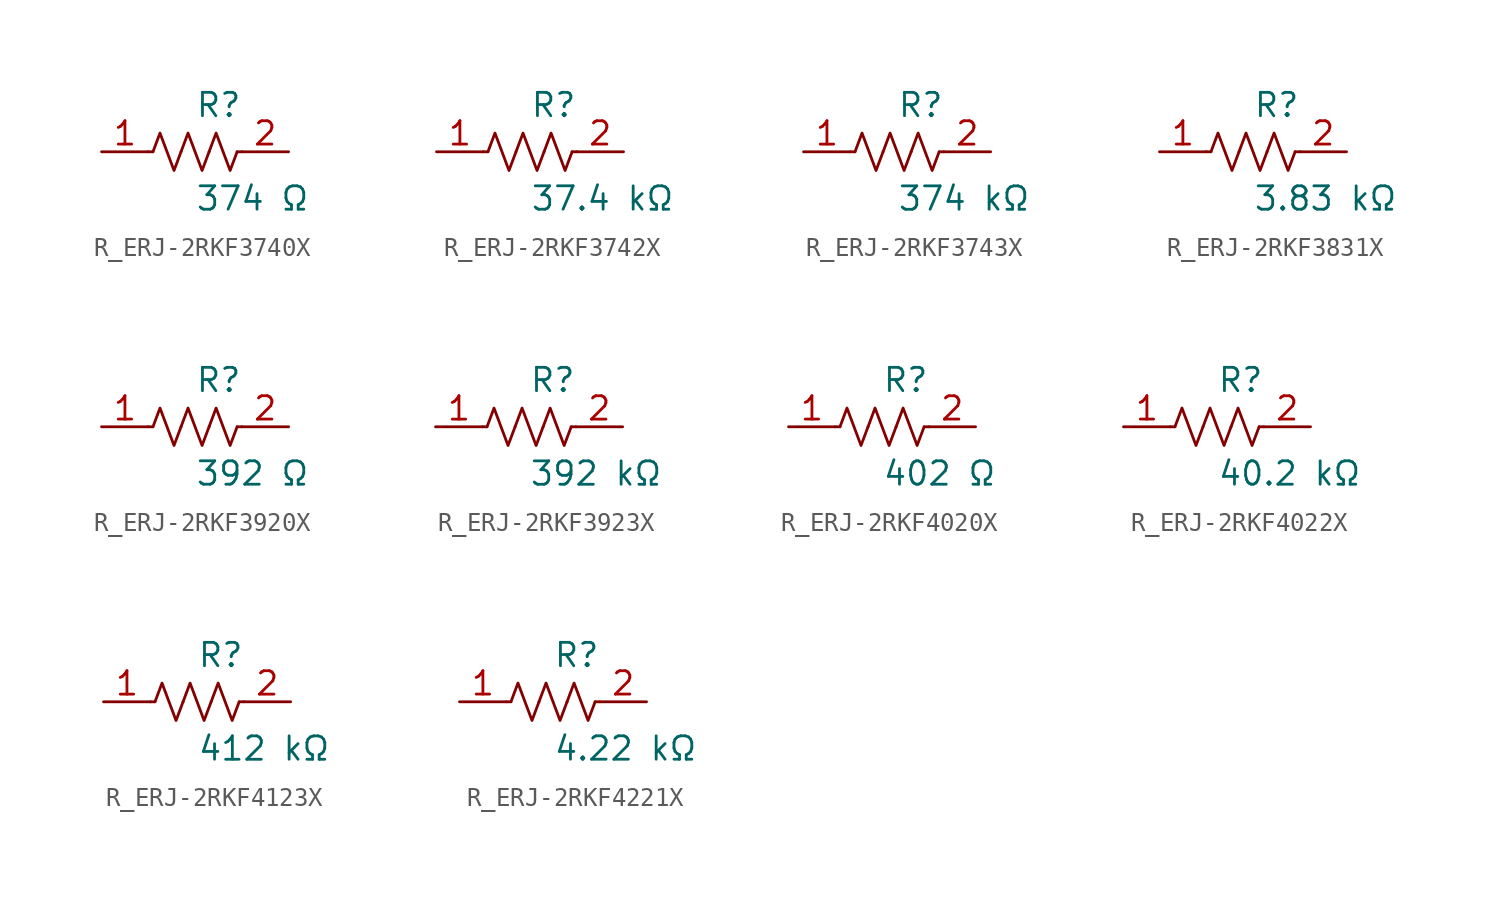
<source format=kicad_sym>
(kicad_symbol_lib
  (version 20231120)
  (generator kicad_symbol_editor)
  (generator_version 8.0)
  (symbol "R_ERJ-2RKF3740X"
    (pin_names
      (offset 0.254))
    (property "Reference" "R"
      (at 0.0 2.54 0)
      (effects (font (size 1.27 1.27)) (justify left)))
    (property "Value" "374 Ω"
      (at 0.0 -2.54 0)
      (effects (font (size 1.27 1.27)) (justify left)))
    (symbol "R_ERJ-2RKF3740X_0_1"
      (polyline (pts (xy 2.286 0) (xy 2.54 0)) (stroke (width 0) (type default)) (fill (type none)))
      (polyline (pts (xy -2.286 0) (xy -2.54 0)) (stroke (width 0) (type default)) (fill (type none)))
      (polyline (pts (xy 0.762 0) (xy 1.143 1.016) (xy 1.524 0) (xy 1.905 -1.016) (xy 2.286 0)) (stroke (width 0) (type default)) (fill (type none)))
      (polyline (pts (xy -0.762 0) (xy -0.381 1.016) (xy 0 0) (xy 0.381 -1.016) (xy 0.762 0)) (stroke (width 0) (type default)) (fill (type none)))
      (polyline (pts (xy -2.286 0) (xy -1.905 1.016) (xy -1.524 0) (xy -1.143 -1.016) (xy -0.762 0)) (stroke (width 0) (type default)) (fill (type none))))
    (pin unspecified line
      (at -5.08 0 0)
      (length 2.54)
      (name "" (effects (font (size 1.27 1.27))))
      (number "1" (effects (font (size 1.27 1.27)))))
    (pin unspecified line
      (at 5.08 0 180)
      (length 2.54)
      (name "" (effects (font (size 1.27 1.27))))
      (number "2" (effects (font (size 1.27 1.27))))))
  (symbol "R_ERJ-2RKF3742X"
    (pin_names
      (offset 0.254))
    (property "Reference" "R"
      (at 0.0 2.54 0)
      (effects (font (size 1.27 1.27)) (justify left)))
    (property "Value" "37.4 kΩ"
      (at 0.0 -2.54 0)
      (effects (font (size 1.27 1.27)) (justify left)))
    (symbol "R_ERJ-2RKF3742X_0_1"
      (polyline (pts (xy 2.286 0) (xy 2.54 0)) (stroke (width 0) (type default)) (fill (type none)))
      (polyline (pts (xy -2.286 0) (xy -2.54 0)) (stroke (width 0) (type default)) (fill (type none)))
      (polyline (pts (xy 0.762 0) (xy 1.143 1.016) (xy 1.524 0) (xy 1.905 -1.016) (xy 2.286 0)) (stroke (width 0) (type default)) (fill (type none)))
      (polyline (pts (xy -0.762 0) (xy -0.381 1.016) (xy 0 0) (xy 0.381 -1.016) (xy 0.762 0)) (stroke (width 0) (type default)) (fill (type none)))
      (polyline (pts (xy -2.286 0) (xy -1.905 1.016) (xy -1.524 0) (xy -1.143 -1.016) (xy -0.762 0)) (stroke (width 0) (type default)) (fill (type none))))
    (pin unspecified line
      (at -5.08 0 0)
      (length 2.54)
      (name "" (effects (font (size 1.27 1.27))))
      (number "1" (effects (font (size 1.27 1.27)))))
    (pin unspecified line
      (at 5.08 0 180)
      (length 2.54)
      (name "" (effects (font (size 1.27 1.27))))
      (number "2" (effects (font (size 1.27 1.27))))))
  (symbol "R_ERJ-2RKF3743X"
    (pin_names
      (offset 0.254))
    (property "Reference" "R"
      (at 0.0 2.54 0)
      (effects (font (size 1.27 1.27)) (justify left)))
    (property "Value" "374 kΩ"
      (at 0.0 -2.54 0)
      (effects (font (size 1.27 1.27)) (justify left)))
    (symbol "R_ERJ-2RKF3743X_0_1"
      (polyline (pts (xy 2.286 0) (xy 2.54 0)) (stroke (width 0) (type default)) (fill (type none)))
      (polyline (pts (xy -2.286 0) (xy -2.54 0)) (stroke (width 0) (type default)) (fill (type none)))
      (polyline (pts (xy 0.762 0) (xy 1.143 1.016) (xy 1.524 0) (xy 1.905 -1.016) (xy 2.286 0)) (stroke (width 0) (type default)) (fill (type none)))
      (polyline (pts (xy -0.762 0) (xy -0.381 1.016) (xy 0 0) (xy 0.381 -1.016) (xy 0.762 0)) (stroke (width 0) (type default)) (fill (type none)))
      (polyline (pts (xy -2.286 0) (xy -1.905 1.016) (xy -1.524 0) (xy -1.143 -1.016) (xy -0.762 0)) (stroke (width 0) (type default)) (fill (type none))))
    (pin unspecified line
      (at -5.08 0 0)
      (length 2.54)
      (name "" (effects (font (size 1.27 1.27))))
      (number "1" (effects (font (size 1.27 1.27)))))
    (pin unspecified line
      (at 5.08 0 180)
      (length 2.54)
      (name "" (effects (font (size 1.27 1.27))))
      (number "2" (effects (font (size 1.27 1.27))))))
  (symbol "R_ERJ-2RKF3831X"
    (pin_names
      (offset 0.254))
    (property "Reference" "R"
      (at 0.0 2.54 0)
      (effects (font (size 1.27 1.27)) (justify left)))
    (property "Value" "3.83 kΩ"
      (at 0.0 -2.54 0)
      (effects (font (size 1.27 1.27)) (justify left)))
    (symbol "R_ERJ-2RKF3831X_0_1"
      (polyline (pts (xy 2.286 0) (xy 2.54 0)) (stroke (width 0) (type default)) (fill (type none)))
      (polyline (pts (xy -2.286 0) (xy -2.54 0)) (stroke (width 0) (type default)) (fill (type none)))
      (polyline (pts (xy 0.762 0) (xy 1.143 1.016) (xy 1.524 0) (xy 1.905 -1.016) (xy 2.286 0)) (stroke (width 0) (type default)) (fill (type none)))
      (polyline (pts (xy -0.762 0) (xy -0.381 1.016) (xy 0 0) (xy 0.381 -1.016) (xy 0.762 0)) (stroke (width 0) (type default)) (fill (type none)))
      (polyline (pts (xy -2.286 0) (xy -1.905 1.016) (xy -1.524 0) (xy -1.143 -1.016) (xy -0.762 0)) (stroke (width 0) (type default)) (fill (type none))))
    (pin unspecified line
      (at -5.08 0 0)
      (length 2.54)
      (name "" (effects (font (size 1.27 1.27))))
      (number "1" (effects (font (size 1.27 1.27)))))
    (pin unspecified line
      (at 5.08 0 180)
      (length 2.54)
      (name "" (effects (font (size 1.27 1.27))))
      (number "2" (effects (font (size 1.27 1.27))))))
  (symbol "R_ERJ-2RKF3920X"
    (pin_names
      (offset 0.254))
    (property "Reference" "R"
      (at 0.0 2.54 0)
      (effects (font (size 1.27 1.27)) (justify left)))
    (property "Value" "392 Ω"
      (at 0.0 -2.54 0)
      (effects (font (size 1.27 1.27)) (justify left)))
    (symbol "R_ERJ-2RKF3920X_0_1"
      (polyline (pts (xy 2.286 0) (xy 2.54 0)) (stroke (width 0) (type default)) (fill (type none)))
      (polyline (pts (xy -2.286 0) (xy -2.54 0)) (stroke (width 0) (type default)) (fill (type none)))
      (polyline (pts (xy 0.762 0) (xy 1.143 1.016) (xy 1.524 0) (xy 1.905 -1.016) (xy 2.286 0)) (stroke (width 0) (type default)) (fill (type none)))
      (polyline (pts (xy -0.762 0) (xy -0.381 1.016) (xy 0 0) (xy 0.381 -1.016) (xy 0.762 0)) (stroke (width 0) (type default)) (fill (type none)))
      (polyline (pts (xy -2.286 0) (xy -1.905 1.016) (xy -1.524 0) (xy -1.143 -1.016) (xy -0.762 0)) (stroke (width 0) (type default)) (fill (type none))))
    (pin unspecified line
      (at -5.08 0 0)
      (length 2.54)
      (name "" (effects (font (size 1.27 1.27))))
      (number "1" (effects (font (size 1.27 1.27)))))
    (pin unspecified line
      (at 5.08 0 180)
      (length 2.54)
      (name "" (effects (font (size 1.27 1.27))))
      (number "2" (effects (font (size 1.27 1.27))))))
  (symbol "R_ERJ-2RKF3923X"
    (pin_names
      (offset 0.254))
    (property "Reference" "R"
      (at 0.0 2.54 0)
      (effects (font (size 1.27 1.27)) (justify left)))
    (property "Value" "392 kΩ"
      (at 0.0 -2.54 0)
      (effects (font (size 1.27 1.27)) (justify left)))
    (symbol "R_ERJ-2RKF3923X_0_1"
      (polyline (pts (xy 2.286 0) (xy 2.54 0)) (stroke (width 0) (type default)) (fill (type none)))
      (polyline (pts (xy -2.286 0) (xy -2.54 0)) (stroke (width 0) (type default)) (fill (type none)))
      (polyline (pts (xy 0.762 0) (xy 1.143 1.016) (xy 1.524 0) (xy 1.905 -1.016) (xy 2.286 0)) (stroke (width 0) (type default)) (fill (type none)))
      (polyline (pts (xy -0.762 0) (xy -0.381 1.016) (xy 0 0) (xy 0.381 -1.016) (xy 0.762 0)) (stroke (width 0) (type default)) (fill (type none)))
      (polyline (pts (xy -2.286 0) (xy -1.905 1.016) (xy -1.524 0) (xy -1.143 -1.016) (xy -0.762 0)) (stroke (width 0) (type default)) (fill (type none))))
    (pin unspecified line
      (at -5.08 0 0)
      (length 2.54)
      (name "" (effects (font (size 1.27 1.27))))
      (number "1" (effects (font (size 1.27 1.27)))))
    (pin unspecified line
      (at 5.08 0 180)
      (length 2.54)
      (name "" (effects (font (size 1.27 1.27))))
      (number "2" (effects (font (size 1.27 1.27))))))
  (symbol "R_ERJ-2RKF4020X"
    (pin_names
      (offset 0.254))
    (property "Reference" "R"
      (at 0.0 2.54 0)
      (effects (font (size 1.27 1.27)) (justify left)))
    (property "Value" "402 Ω"
      (at 0.0 -2.54 0)
      (effects (font (size 1.27 1.27)) (justify left)))
    (symbol "R_ERJ-2RKF4020X_0_1"
      (polyline (pts (xy 2.286 0) (xy 2.54 0)) (stroke (width 0) (type default)) (fill (type none)))
      (polyline (pts (xy -2.286 0) (xy -2.54 0)) (stroke (width 0) (type default)) (fill (type none)))
      (polyline (pts (xy 0.762 0) (xy 1.143 1.016) (xy 1.524 0) (xy 1.905 -1.016) (xy 2.286 0)) (stroke (width 0) (type default)) (fill (type none)))
      (polyline (pts (xy -0.762 0) (xy -0.381 1.016) (xy 0 0) (xy 0.381 -1.016) (xy 0.762 0)) (stroke (width 0) (type default)) (fill (type none)))
      (polyline (pts (xy -2.286 0) (xy -1.905 1.016) (xy -1.524 0) (xy -1.143 -1.016) (xy -0.762 0)) (stroke (width 0) (type default)) (fill (type none))))
    (pin unspecified line
      (at -5.08 0 0)
      (length 2.54)
      (name "" (effects (font (size 1.27 1.27))))
      (number "1" (effects (font (size 1.27 1.27)))))
    (pin unspecified line
      (at 5.08 0 180)
      (length 2.54)
      (name "" (effects (font (size 1.27 1.27))))
      (number "2" (effects (font (size 1.27 1.27))))))
  (symbol "R_ERJ-2RKF4022X"
    (pin_names
      (offset 0.254))
    (property "Reference" "R"
      (at 0.0 2.54 0)
      (effects (font (size 1.27 1.27)) (justify left)))
    (property "Value" "40.2 kΩ"
      (at 0.0 -2.54 0)
      (effects (font (size 1.27 1.27)) (justify left)))
    (symbol "R_ERJ-2RKF4022X_0_1"
      (polyline (pts (xy 2.286 0) (xy 2.54 0)) (stroke (width 0) (type default)) (fill (type none)))
      (polyline (pts (xy -2.286 0) (xy -2.54 0)) (stroke (width 0) (type default)) (fill (type none)))
      (polyline (pts (xy 0.762 0) (xy 1.143 1.016) (xy 1.524 0) (xy 1.905 -1.016) (xy 2.286 0)) (stroke (width 0) (type default)) (fill (type none)))
      (polyline (pts (xy -0.762 0) (xy -0.381 1.016) (xy 0 0) (xy 0.381 -1.016) (xy 0.762 0)) (stroke (width 0) (type default)) (fill (type none)))
      (polyline (pts (xy -2.286 0) (xy -1.905 1.016) (xy -1.524 0) (xy -1.143 -1.016) (xy -0.762 0)) (stroke (width 0) (type default)) (fill (type none))))
    (pin unspecified line
      (at -5.08 0 0)
      (length 2.54)
      (name "" (effects (font (size 1.27 1.27))))
      (number "1" (effects (font (size 1.27 1.27)))))
    (pin unspecified line
      (at 5.08 0 180)
      (length 2.54)
      (name "" (effects (font (size 1.27 1.27))))
      (number "2" (effects (font (size 1.27 1.27))))))
  (symbol "R_ERJ-2RKF4123X"
    (pin_names
      (offset 0.254))
    (property "Reference" "R"
      (at 0.0 2.54 0)
      (effects (font (size 1.27 1.27)) (justify left)))
    (property "Value" "412 kΩ"
      (at 0.0 -2.54 0)
      (effects (font (size 1.27 1.27)) (justify left)))
    (symbol "R_ERJ-2RKF4123X_0_1"
      (polyline (pts (xy 2.286 0) (xy 2.54 0)) (stroke (width 0) (type default)) (fill (type none)))
      (polyline (pts (xy -2.286 0) (xy -2.54 0)) (stroke (width 0) (type default)) (fill (type none)))
      (polyline (pts (xy 0.762 0) (xy 1.143 1.016) (xy 1.524 0) (xy 1.905 -1.016) (xy 2.286 0)) (stroke (width 0) (type default)) (fill (type none)))
      (polyline (pts (xy -0.762 0) (xy -0.381 1.016) (xy 0 0) (xy 0.381 -1.016) (xy 0.762 0)) (stroke (width 0) (type default)) (fill (type none)))
      (polyline (pts (xy -2.286 0) (xy -1.905 1.016) (xy -1.524 0) (xy -1.143 -1.016) (xy -0.762 0)) (stroke (width 0) (type default)) (fill (type none))))
    (pin unspecified line
      (at -5.08 0 0)
      (length 2.54)
      (name "" (effects (font (size 1.27 1.27))))
      (number "1" (effects (font (size 1.27 1.27)))))
    (pin unspecified line
      (at 5.08 0 180)
      (length 2.54)
      (name "" (effects (font (size 1.27 1.27))))
      (number "2" (effects (font (size 1.27 1.27))))))
  (symbol "R_ERJ-2RKF4221X"
    (pin_names
      (offset 0.254))
    (property "Reference" "R"
      (at 0.0 2.54 0)
      (effects (font (size 1.27 1.27)) (justify left)))
    (property "Value" "4.22 kΩ"
      (at 0.0 -2.54 0)
      (effects (font (size 1.27 1.27)) (justify left)))
    (symbol "R_ERJ-2RKF4221X_0_1"
      (polyline (pts (xy 2.286 0) (xy 2.54 0)) (stroke (width 0) (type default)) (fill (type none)))
      (polyline (pts (xy -2.286 0) (xy -2.54 0)) (stroke (width 0) (type default)) (fill (type none)))
      (polyline (pts (xy 0.762 0) (xy 1.143 1.016) (xy 1.524 0) (xy 1.905 -1.016) (xy 2.286 0)) (stroke (width 0) (type default)) (fill (type none)))
      (polyline (pts (xy -0.762 0) (xy -0.381 1.016) (xy 0 0) (xy 0.381 -1.016) (xy 0.762 0)) (stroke (width 0) (type default)) (fill (type none)))
      (polyline (pts (xy -2.286 0) (xy -1.905 1.016) (xy -1.524 0) (xy -1.143 -1.016) (xy -0.762 0)) (stroke (width 0) (type default)) (fill (type none))))
    (pin unspecified line
      (at -5.08 0 0)
      (length 2.54)
      (name "" (effects (font (size 1.27 1.27))))
      (number "1" (effects (font (size 1.27 1.27)))))
    (pin unspecified line
      (at 5.08 0 180)
      (length 2.54)
      (name "" (effects (font (size 1.27 1.27))))
      (number "2" (effects (font (size 1.27 1.27)))))))
</source>
